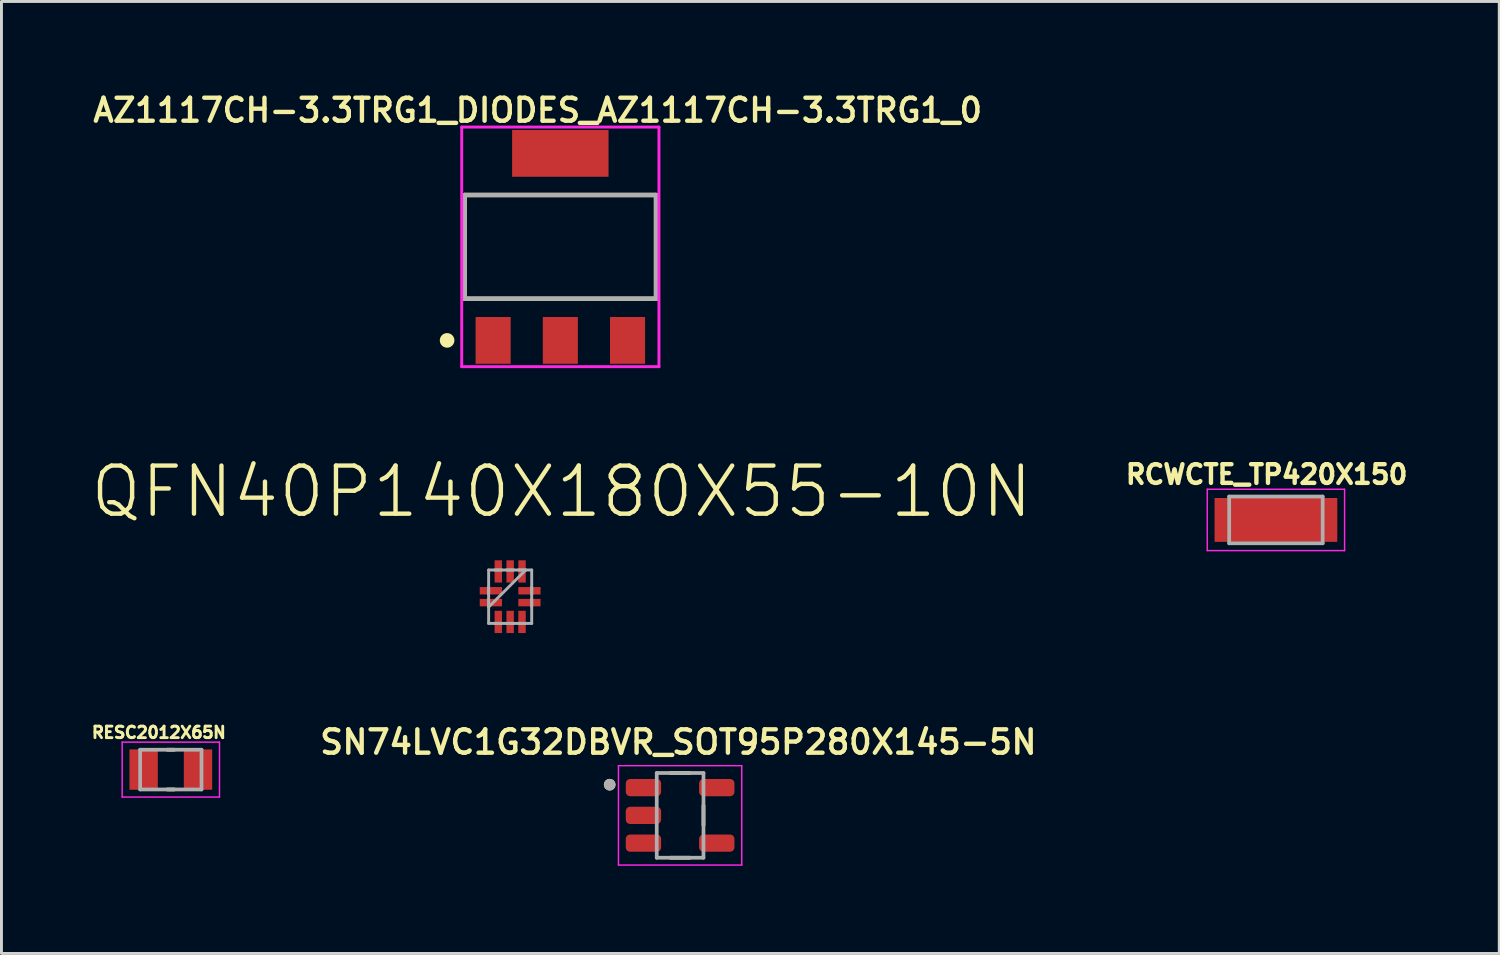
<source format=kicad_pcb>
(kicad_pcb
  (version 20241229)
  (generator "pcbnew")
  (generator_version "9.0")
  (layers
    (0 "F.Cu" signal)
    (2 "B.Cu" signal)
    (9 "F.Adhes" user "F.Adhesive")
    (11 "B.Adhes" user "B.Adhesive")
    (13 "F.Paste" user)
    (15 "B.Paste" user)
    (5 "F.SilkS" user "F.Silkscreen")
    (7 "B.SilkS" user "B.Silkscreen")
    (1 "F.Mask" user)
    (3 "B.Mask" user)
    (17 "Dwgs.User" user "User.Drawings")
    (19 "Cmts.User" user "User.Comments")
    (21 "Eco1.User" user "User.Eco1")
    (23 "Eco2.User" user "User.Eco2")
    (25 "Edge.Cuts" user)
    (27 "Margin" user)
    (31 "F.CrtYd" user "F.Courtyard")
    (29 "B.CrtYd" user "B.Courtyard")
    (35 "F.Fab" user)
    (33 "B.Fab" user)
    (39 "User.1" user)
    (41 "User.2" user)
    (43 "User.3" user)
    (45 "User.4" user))
  (footprint "RCWCTE_TP420X150"
    (layer "F.Cu")
    (at 40.615 14.743)
    (property "Reference" "RCWCTE_TP420X150" (at -0.318 -1.556 0) (layer "F.SilkS") (effects (font (size 0.64 0.64) (thickness 0.15))))
    (attr smd)
    (fp_line (start -2.35 -1.05) (end -2.35 1.05) (stroke (width 0.05) (type solid)) (layer "F.CrtYd"))
    (fp_line (start -2.35 1.05) (end 2.35 1.05) (stroke (width 0.05) (type solid)) (layer "F.CrtYd"))
    (fp_line (start 2.35 -1.05) (end -2.35 -1.05) (stroke (width 0.05) (type solid)) (layer "F.CrtYd"))
    (fp_line (start 2.35 1.05) (end 2.35 -1.05) (stroke (width 0.05) (type solid)) (layer "F.CrtYd"))
    (fp_line (start -1.6 -0.8) (end 1.6 -0.8) (stroke (width 0.127) (type solid)) (layer "F.Fab"))
    (fp_line (start -1.6 0.8) (end -1.6 -0.8) (stroke (width 0.127) (type solid)) (layer "F.Fab"))
    (fp_line (start 1.6 -0.8) (end 1.6 0.8) (stroke (width 0.127) (type solid)) (layer "F.Fab"))
    (fp_line (start 1.6 0.8) (end -1.6 0.8) (stroke (width 0.127) (type solid)) (layer "F.Fab"))
    (pad "1" smd rect (at 0 0) (size 4.2 1.5) (layers "F.Cu" "F.Mask" "F.Paste")))
  (footprint "SN74LVC1G32DBVR_SOT95P280X145-5N"
    (layer "F.Cu")
    (at 20.225 24.854)
    (property "Reference" "SN74LVC1G32DBVR_SOT95P280X145-5N" (at -0.06 -2.508 0) (layer "F.SilkS") (effects (font (size 0.8 0.8) (thickness 0.15))))
    (attr smd)
    (fp_line (start -0.33 -1.45) (end 0.33 -1.45) (stroke (width 0.127) (type solid)) (layer "F.SilkS"))
    (fp_line (start 0.33 1.45) (end -0.33 1.45) (stroke (width 0.127) (type solid)) (layer "F.SilkS"))
    (fp_line (start 0.8 -0.335) (end 0.8 0.335) (stroke (width 0.127) (type solid)) (layer "F.SilkS"))
    (fp_circle (center -2.41 -1.05) (end -2.31 -1.05) (stroke (width 0.2) (type solid)) (fill no) (layer "F.SilkS"))
    (fp_line (start -2.11 -1.7) (end 2.11 -1.7) (stroke (width 0.05) (type solid)) (layer "F.CrtYd"))
    (fp_line (start -2.11 1.7) (end -2.11 -1.7) (stroke (width 0.05) (type solid)) (layer "F.CrtYd"))
    (fp_line (start 2.11 -1.7) (end 2.11 1.7) (stroke (width 0.05) (type solid)) (layer "F.CrtYd"))
    (fp_line (start 2.11 1.7) (end -2.11 1.7) (stroke (width 0.05) (type solid)) (layer "F.CrtYd"))
    (fp_line (start -0.8 -1.45) (end 0.8 -1.45) (stroke (width 0.127) (type solid)) (layer "F.Fab"))
    (fp_line (start -0.8 1.45) (end -0.8 -1.45) (stroke (width 0.127) (type solid)) (layer "F.Fab"))
    (fp_line (start 0.8 -1.45) (end 0.8 1.45) (stroke (width 0.127) (type solid)) (layer "F.Fab"))
    (fp_line (start 0.8 1.45) (end -0.8 1.45) (stroke (width 0.127) (type solid)) (layer "F.Fab"))
    (fp_circle (center -2.41 -1.05) (end -2.31 -1.05) (stroke (width 0.2) (type solid)) (fill no) (layer "F.Fab"))
    (pad "1" smd roundrect (at -1.255 -0.95) (size 1.21 0.59) (layers "F.Cu" "F.Mask" "F.Paste") (roundrect_rratio 0.25))
    (pad "2" smd roundrect (at -1.255 0) (size 1.21 0.59) (layers "F.Cu" "F.Mask" "F.Paste") (roundrect_rratio 0.25))
    (pad "3" smd roundrect (at -1.255 0.95) (size 1.21 0.59) (layers "F.Cu" "F.Mask" "F.Paste") (roundrect_rratio 0.25))
    (pad "4" smd roundrect (at 1.255 0.95) (size 1.21 0.59) (layers "F.Cu" "F.Mask" "F.Paste") (roundrect_rratio 0.25))
    (pad "5" smd roundrect (at 1.255 -0.95) (size 1.21 0.59) (layers "F.Cu" "F.Mask" "F.Paste") (roundrect_rratio 0.25)))
  (footprint "AZ1117CH-3.3TRG1_DIODES_AZ1117CH-3.3TRG1_0"
    (layer "F.Cu")
    (at 16.126 5.399)
    (property "Reference" "AZ1117CH-3.3TRG1_DIODES_AZ1117CH-3.3TRG1_0" (at -0.775 -4.675 0) (layer "F.SilkS") (effects (font (size 0.787 0.787) (thickness 0.15))))
    (attr smd)
    (fp_line (start -3.275 -1.775) (end 3.275 -1.775) (stroke (width 0.15) (type solid)) (layer "F.SilkS"))
    (fp_line (start -3.275 1.775) (end -3.275 -1.775) (stroke (width 0.15) (type solid)) (layer "F.SilkS"))
    (fp_line (start -3.275 1.775) (end 3.275 1.775) (stroke (width 0.15) (type solid)) (layer "F.SilkS"))
    (fp_line (start 3.275 1.775) (end 3.275 -1.775) (stroke (width 0.15) (type solid)) (layer "F.SilkS"))
    (fp_circle (center -3.875 3.2) (end -3.625 3.2) (stroke (width 0) (type solid)) (fill yes) (layer "F.SilkS"))
    (fp_line (start -3.375 -4.1) (end 3.375 -4.1) (stroke (width 0.1) (type solid)) (layer "F.CrtYd"))
    (fp_line (start -3.375 4.1) (end -3.375 -4.1) (stroke (width 0.1) (type solid)) (layer "F.CrtYd"))
    (fp_line (start 3.375 -4.1) (end 3.375 4.1) (stroke (width 0.1) (type solid)) (layer "F.CrtYd"))
    (fp_line (start 3.375 4.1) (end -3.375 4.1) (stroke (width 0.1) (type solid)) (layer "F.CrtYd"))
    (fp_line (start -3.275 -1.775) (end 3.275 -1.775) (stroke (width 0.15) (type solid)) (layer "F.Fab"))
    (fp_line (start -3.275 1.775) (end -3.275 -1.775) (stroke (width 0.15) (type solid)) (layer "F.Fab"))
    (fp_line (start 3.275 -1.775) (end 3.275 1.775) (stroke (width 0.15) (type solid)) (layer "F.Fab"))
    (fp_line (start 3.275 1.775) (end -3.275 1.775) (stroke (width 0.15) (type solid)) (layer "F.Fab"))
    (pad "1" smd rect (at -2.3 3.2) (size 1.2 1.6) (layers "F.Cu" "F.Mask" "F.Paste"))
    (pad "2" smd rect (at 0 3.2) (size 1.2 1.6) (layers "F.Cu" "F.Mask" "F.Paste"))
    (pad "3" smd rect (at 2.3 3.2) (size 1.2 1.6) (layers "F.Cu" "F.Mask" "F.Paste"))
    (pad "4" smd rect (at 0 -3.2) (size 3.3 1.6) (layers "F.Cu" "F.Mask" "F.Paste")))
  (footprint "QFN40P140X180X55-10N"
    (layer "F.Cu")
    (at 14.409 17.37)
    (property "Reference" "QFN40P140X180X55-10N" (at 1.759 -3.595 0) (layer "F.SilkS") (effects (font (size 1.646 1.646) (thickness 0.15))))
    (attr smd)
    (fp_line (start -0.737 -0.914) (end -0.737 0.914) (stroke (width 0.1) (type solid)) (layer "F.Fab"))
    (fp_line (start -0.737 -0.33) (end -0.737 -0.076) (stroke (width 0.1) (type solid)) (layer "F.Fab"))
    (fp_line (start -0.737 0.076) (end -0.737 0.33) (stroke (width 0.1) (type solid)) (layer "F.Fab"))
    (fp_line (start -0.737 0.356) (end 0.533 -0.914) (stroke (width 0.1) (type solid)) (layer "F.Fab"))
    (fp_line (start -0.737 0.914) (end 0.737 0.914) (stroke (width 0.1) (type solid)) (layer "F.Fab"))
    (fp_line (start -0.533 0.914) (end -0.279 0.914) (stroke (width 0.1) (type solid)) (layer "F.Fab"))
    (fp_line (start -0.279 -0.914) (end -0.533 -0.914) (stroke (width 0.1) (type solid)) (layer "F.Fab"))
    (fp_line (start -0.127 0.914) (end 0.127 0.914) (stroke (width 0.1) (type solid)) (layer "F.Fab"))
    (fp_line (start 0.127 -0.914) (end -0.127 -0.914) (stroke (width 0.1) (type solid)) (layer "F.Fab"))
    (fp_line (start 0.279 0.914) (end 0.533 0.914) (stroke (width 0.1) (type solid)) (layer "F.Fab"))
    (fp_line (start 0.533 -0.914) (end 0.279 -0.914) (stroke (width 0.1) (type solid)) (layer "F.Fab"))
    (fp_line (start 0.737 -0.914) (end -0.737 -0.914) (stroke (width 0.1) (type solid)) (layer "F.Fab"))
    (fp_line (start 0.737 -0.076) (end 0.737 -0.33) (stroke (width 0.1) (type solid)) (layer "F.Fab"))
    (fp_line (start 0.737 0.33) (end 0.737 0.076) (stroke (width 0.1) (type solid)) (layer "F.Fab"))
    (fp_line (start 0.737 0.914) (end 0.737 -0.914) (stroke (width 0.1) (type solid)) (layer "F.Fab"))
    (pad "1" smd rect (at -0.66 -0.203 270) (size 0.254 0.762) (layers "F.Cu" "F.Mask" "F.Paste"))
    (pad "2" smd rect (at -0.66 0.203 270) (size 0.254 0.762) (layers "F.Cu" "F.Mask" "F.Paste"))
    (pad "3" smd rect (at -0.406 0.864 180) (size 0.254 0.762) (layers "F.Cu" "F.Mask" "F.Paste"))
    (pad "4" smd rect (at 0 0.864 180) (size 0.254 0.762) (layers "F.Cu" "F.Mask" "F.Paste"))
    (pad "5" smd rect (at 0.406 0.864 180) (size 0.254 0.762) (layers "F.Cu" "F.Mask" "F.Paste"))
    (pad "6" smd rect (at 0.66 0.203 270) (size 0.254 0.762) (layers "F.Cu" "F.Mask" "F.Paste"))
    (pad "7" smd rect (at 0.66 -0.203 270) (size 0.254 0.762) (layers "F.Cu" "F.Mask" "F.Paste"))
    (pad "8" smd rect (at 0.406 -0.864 180) (size 0.254 0.762) (layers "F.Cu" "F.Mask" "F.Paste"))
    (pad "9" smd rect (at 0 -0.864 180) (size 0.254 0.762) (layers "F.Cu" "F.Mask" "F.Paste"))
    (pad "10" smd rect (at -0.406 -0.864 180) (size 0.254 0.762) (layers "F.Cu" "F.Mask" "F.Paste")))
  (footprint "RESC2012X65N"
    (layer "F.Cu")
    (at 2.796 23.287)
    (property "Reference" "RESC2012X65N" (at -0.41 -1.27 0) (layer "F.SilkS") (effects (font (size 0.394 0.394) (thickness 0.15))))
    (attr smd)
    (fp_line (start -0.12 -0.68) (end 0.12 -0.68) (stroke (width 0.127) (type solid)) (layer "F.SilkS"))
    (fp_line (start -0.12 0.68) (end 0.12 0.68) (stroke (width 0.127) (type solid)) (layer "F.SilkS"))
    (fp_line (start -1.665 -0.94) (end 1.665 -0.94) (stroke (width 0.05) (type solid)) (layer "F.CrtYd"))
    (fp_line (start -1.665 0.94) (end -1.665 -0.94) (stroke (width 0.05) (type solid)) (layer "F.CrtYd"))
    (fp_line (start -1.665 0.94) (end 1.665 0.94) (stroke (width 0.05) (type solid)) (layer "F.CrtYd"))
    (fp_line (start 1.665 0.94) (end 1.665 -0.94) (stroke (width 0.05) (type solid)) (layer "F.CrtYd"))
    (fp_line (start -1.05 0.68) (end -1.05 -0.68) (stroke (width 0.127) (type solid)) (layer "F.Fab"))
    (fp_line (start 1.05 -0.68) (end -1.05 -0.68) (stroke (width 0.127) (type solid)) (layer "F.Fab"))
    (fp_line (start 1.05 0.68) (end -1.05 0.68) (stroke (width 0.127) (type solid)) (layer "F.Fab"))
    (fp_line (start 1.05 0.68) (end 1.05 -0.68) (stroke (width 0.127) (type solid)) (layer "F.Fab"))
    (pad "1" smd rect (at -0.93 0) (size 0.97 1.38) (layers "F.Cu" "F.Mask" "F.Paste"))
    (pad "2" smd rect (at 0.93 0) (size 0.97 1.38) (layers "F.Cu" "F.Mask" "F.Paste")))
  (gr_rect
    (start -3 -3)
    (end 48.258 29.579)
    (stroke (width 0.1) (type default))
    (fill no)
    (layer "Edge.Cuts")))
</source>
